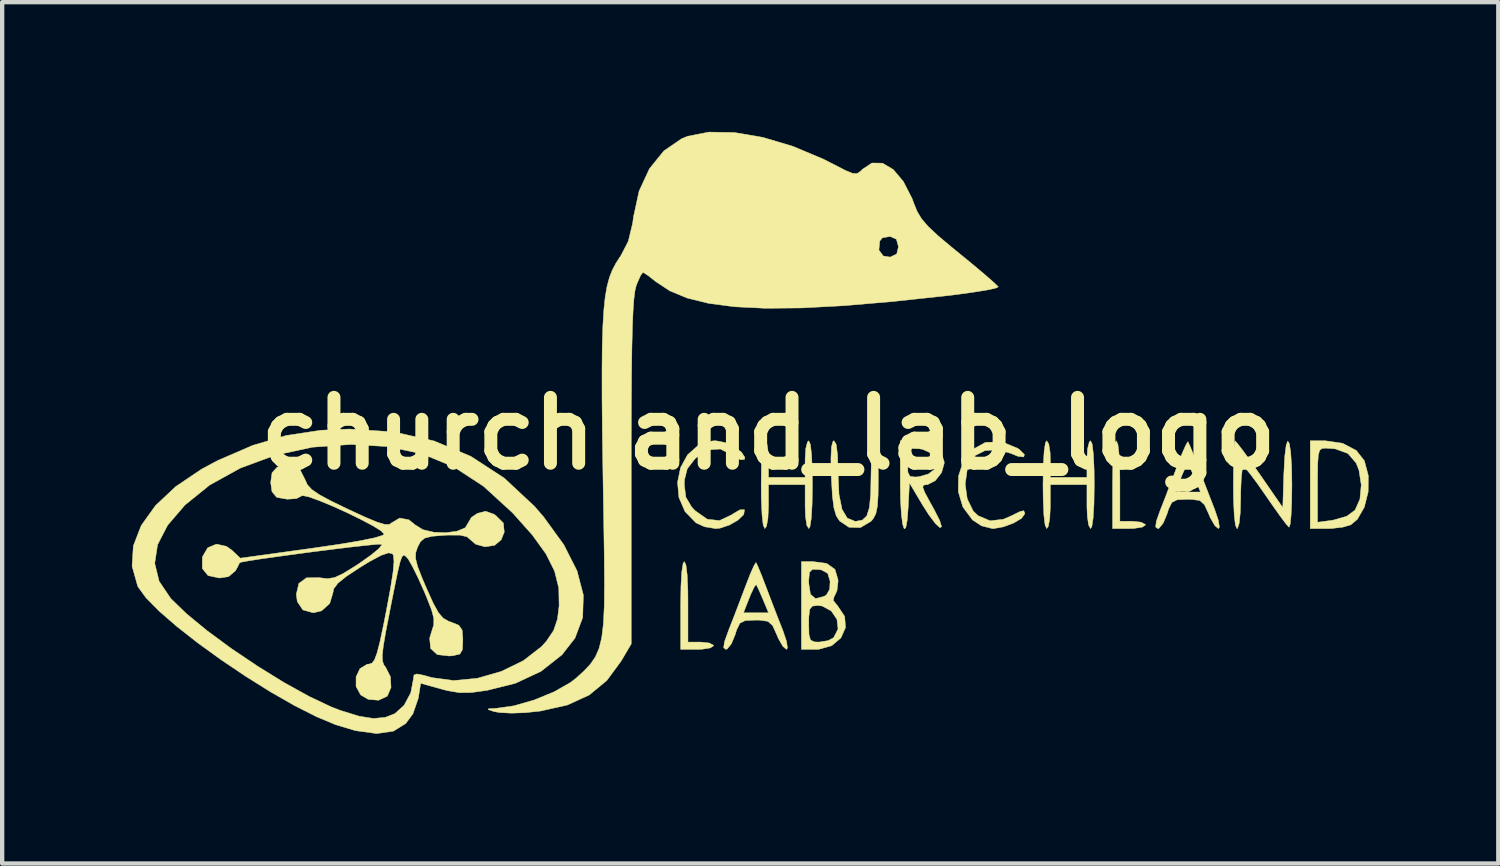
<source format=kicad_pcb>
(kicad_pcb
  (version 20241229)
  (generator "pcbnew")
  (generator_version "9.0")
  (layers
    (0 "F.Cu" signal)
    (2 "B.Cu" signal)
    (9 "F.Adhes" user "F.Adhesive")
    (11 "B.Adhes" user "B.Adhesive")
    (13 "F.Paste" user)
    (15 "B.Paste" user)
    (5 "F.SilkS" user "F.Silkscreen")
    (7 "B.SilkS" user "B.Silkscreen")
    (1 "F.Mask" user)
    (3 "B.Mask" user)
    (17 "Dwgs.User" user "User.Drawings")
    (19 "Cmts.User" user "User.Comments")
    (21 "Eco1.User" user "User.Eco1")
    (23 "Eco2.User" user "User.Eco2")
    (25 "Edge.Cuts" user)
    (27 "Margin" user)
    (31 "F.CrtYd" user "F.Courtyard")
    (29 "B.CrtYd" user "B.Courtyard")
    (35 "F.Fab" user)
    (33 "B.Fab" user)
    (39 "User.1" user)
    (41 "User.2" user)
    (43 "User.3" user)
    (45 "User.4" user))
  (footprint "churchland_lab_logo"
    (layer "F.Cu")
    (at 14.726 6.976)
    (property "Reference" "churchland_lab_logo" (at 0 0 0) (layer "F.SilkS") (effects (font (size 1.524 1.524) (thickness 0.3))))
    (attr through_hole)
    (fp_poly (pts (xy -1.909 3.044) (xy -1.881 3.273) (xy -1.865 3.627) (xy -1.863 3.895) (xy -1.863 4.826) (xy -1.566 4.826) (xy -1.37 4.847) (xy -1.273 4.9) (xy -1.27 4.911) (xy -1.346 4.961) (xy -1.537 4.991) (xy -1.651 4.995) (xy -2.032 4.995) (xy -2.032 3.979) (xy -2.025 3.533) (xy -2.006 3.203) (xy -1.976 3.009) (xy -1.947 2.963) (xy -1.909 3.044)) (stroke (width 0.01) (type solid)) (fill yes) (layer "F.SilkS"))
    (fp_poly (pts (xy 8.082 0.25) (xy 8.109 0.479) (xy 8.125 0.833) (xy 8.128 1.101) (xy 8.128 2.032) (xy 8.424 2.032) (xy 8.62 2.053) (xy 8.718 2.106) (xy 8.721 2.117) (xy 8.645 2.167) (xy 8.454 2.197) (xy 8.34 2.201) (xy 7.959 2.201) (xy 7.959 1.185) (xy 7.965 0.739) (xy 7.985 0.409) (xy 8.015 0.215) (xy 8.043 0.169) (xy 8.082 0.25)) (stroke (width 0.01) (type solid)) (fill yes) (layer "F.SilkS"))
    (fp_poly (pts (xy 0.968 0.251) (xy 0.996 0.482) (xy 1.012 0.843) (xy 1.016 1.185) (xy 1.009 1.631) (xy 0.99 1.961) (xy 0.96 2.156) (xy 0.931 2.201) (xy 0.886 2.124) (xy 0.856 1.923) (xy 0.847 1.693) (xy 0.847 1.185) (xy 0 1.185) (xy 0 1.693) (xy -0.013 1.964) (xy -0.046 2.147) (xy -0.085 2.201) (xy -0.122 2.12) (xy -0.149 1.889) (xy -0.166 1.527) (xy -0.169 1.185) (xy -0.163 0.739) (xy -0.143 0.409) (xy -0.113 0.215) (xy -0.085 0.169) (xy -0.036 0.245) (xy -0.006 0.44) (xy 0 0.593) (xy 0 1.016) (xy 0.847 1.016) (xy 0.847 0.593) (xy 0.862 0.351) (xy 0.901 0.198) (xy 0.931 0.169) (xy 0.968 0.251)) (stroke (width 0.01) (type solid)) (fill yes) (layer "F.SilkS"))
    (fp_poly (pts (xy 7.488 0.251) (xy 7.515 0.482) (xy 7.532 0.843) (xy 7.535 1.185) (xy 7.529 1.631) (xy 7.509 1.961) (xy 7.479 2.156) (xy 7.451 2.201) (xy 7.406 2.124) (xy 7.375 1.923) (xy 7.366 1.693) (xy 7.366 1.185) (xy 6.519 1.185) (xy 6.519 1.693) (xy 6.506 1.964) (xy 6.473 2.147) (xy 6.435 2.201) (xy 6.398 2.12) (xy 6.37 1.889) (xy 6.354 1.527) (xy 6.35 1.185) (xy 6.357 0.739) (xy 6.376 0.409) (xy 6.406 0.215) (xy 6.435 0.169) (xy 6.483 0.245) (xy 6.514 0.44) (xy 6.519 0.593) (xy 6.519 1.016) (xy 7.366 1.016) (xy 7.366 0.593) (xy 7.381 0.351) (xy 7.42 0.198) (xy 7.451 0.169) (xy 7.488 0.251)) (stroke (width 0.01) (type solid)) (fill yes) (layer "F.SilkS"))
    (fp_poly (pts (xy 13.28 0.228) (xy 13.597 0.394) (xy 13.784 0.633) (xy 13.875 0.977) (xy 13.871 1.352) (xy 13.782 1.705) (xy 13.621 1.986) (xy 13.467 2.114) (xy 13.283 2.168) (xy 13.018 2.199) (xy 12.917 2.201) (xy 12.531 2.201) (xy 12.531 1.196) (xy 12.7 1.196) (xy 12.7 2.054) (xy 13.059 2.006) (xy 13.376 1.915) (xy 13.567 1.774) (xy 13.68 1.521) (xy 13.711 1.189) (xy 13.658 0.849) (xy 13.592 0.684) (xy 13.403 0.464) (xy 13.107 0.356) (xy 12.89 0.34) (xy 12.804 0.347) (xy 12.749 0.39) (xy 12.718 0.5) (xy 12.704 0.707) (xy 12.7 1.041) (xy 12.7 1.196) (xy 12.531 1.196) (xy 12.531 0.169) (xy 12.874 0.169) (xy 13.28 0.228)) (stroke (width 0.01) (type solid)) (fill yes) (layer "F.SilkS"))
    (fp_poly (pts (xy 5.762 0.344) (xy 5.8 0.37) (xy 5.92 0.488) (xy 5.903 0.544) (xy 5.771 0.529) (xy 5.601 0.459) (xy 5.304 0.377) (xy 5.007 0.397) (xy 4.776 0.514) (xy 4.744 0.548) (xy 4.597 0.833) (xy 4.55 1.174) (xy 4.597 1.513) (xy 4.735 1.794) (xy 4.848 1.903) (xy 5.127 2.02) (xy 5.433 1.985) (xy 5.619 1.904) (xy 5.814 1.808) (xy 5.903 1.787) (xy 5.926 1.836) (xy 5.927 1.86) (xy 5.853 1.964) (xy 5.67 2.072) (xy 5.435 2.16) (xy 5.205 2.201) (xy 5.181 2.201) (xy 4.93 2.138) (xy 4.718 2) (xy 4.495 1.699) (xy 4.39 1.346) (xy 4.396 0.983) (xy 4.506 0.646) (xy 4.712 0.376) (xy 5.008 0.212) (xy 5.036 0.205) (xy 5.405 0.196) (xy 5.762 0.344)) (stroke (width 0.01) (type solid)) (fill yes) (layer "F.SilkS"))
    (fp_poly (pts (xy 2.495 0.25) (xy 2.523 0.475) (xy 2.538 0.821) (xy 2.54 1.016) (xy 2.536 1.416) (xy 2.519 1.683) (xy 2.483 1.857) (xy 2.422 1.973) (xy 2.371 2.032) (xy 2.125 2.178) (xy 1.863 2.171) (xy 1.646 2.026) (xy 1.567 1.905) (xy 1.514 1.724) (xy 1.478 1.448) (xy 1.455 1.041) (xy 1.453 1.01) (xy 1.444 0.579) (xy 1.457 0.306) (xy 1.493 0.18) (xy 1.514 0.169) (xy 1.566 0.253) (xy 1.598 0.501) (xy 1.609 0.911) (xy 1.609 0.912) (xy 1.631 1.41) (xy 1.701 1.755) (xy 1.822 1.958) (xy 1.999 2.031) (xy 2.02 2.032) (xy 2.17 2.005) (xy 2.272 1.908) (xy 2.334 1.715) (xy 2.364 1.401) (xy 2.371 0.999) (xy 2.379 0.611) (xy 2.402 0.332) (xy 2.437 0.185) (xy 2.455 0.169) (xy 2.495 0.25)) (stroke (width 0.01) (type solid)) (fill yes) (layer "F.SilkS"))
    (fp_poly (pts (xy -1.012 0.209) (xy -0.798 0.307) (xy -0.627 0.431) (xy -0.547 0.553) (xy -0.555 0.601) (xy -0.646 0.609) (xy -0.803 0.524) (xy -0.822 0.509) (xy -1.113 0.36) (xy -1.398 0.379) (xy -1.68 0.567) (xy -1.7 0.586) (xy -1.878 0.815) (xy -1.943 1.071) (xy -1.947 1.185) (xy -1.912 1.474) (xy -1.778 1.701) (xy -1.7 1.785) (xy -1.417 1.984) (xy -1.133 2.015) (xy -0.842 1.877) (xy -0.822 1.861) (xy -0.662 1.767) (xy -0.56 1.764) (xy -0.555 1.77) (xy -0.574 1.878) (xy -0.706 2.005) (xy -0.905 2.119) (xy -1.122 2.191) (xy -1.22 2.201) (xy -1.477 2.159) (xy -1.675 2.069) (xy -1.932 1.805) (xy -2.072 1.48) (xy -2.104 1.131) (xy -2.034 0.79) (xy -1.872 0.494) (xy -1.627 0.277) (xy -1.305 0.174) (xy -1.22 0.169) (xy -1.012 0.209)) (stroke (width 0.01) (type solid)) (fill yes) (layer "F.SilkS"))
    (fp_poly (pts (xy 10.85 0.235) (xy 10.985 0.412) (xy 11.173 0.672) (xy 11.362 0.942) (xy 11.896 1.715) (xy 11.92 0.942) (xy 11.942 0.527) (xy 11.974 0.274) (xy 12.01 0.177) (xy 12.046 0.23) (xy 12.078 0.427) (xy 12.1 0.76) (xy 12.107 1.19) (xy 12.102 1.579) (xy 12.088 1.892) (xy 12.067 2.099) (xy 12.041 2.17) (xy 12.04 2.169) (xy 11.965 2.085) (xy 11.822 1.893) (xy 11.632 1.625) (xy 11.51 1.448) (xy 11.307 1.157) (xy 11.135 0.927) (xy 11.019 0.79) (xy 10.986 0.765) (xy 10.957 0.842) (xy 10.935 1.049) (xy 10.923 1.349) (xy 10.922 1.482) (xy 10.913 1.832) (xy 10.887 2.08) (xy 10.848 2.196) (xy 10.837 2.201) (xy 10.8 2.12) (xy 10.773 1.889) (xy 10.756 1.527) (xy 10.753 1.185) (xy 10.756 0.793) (xy 10.764 0.471) (xy 10.775 0.252) (xy 10.79 0.169) (xy 10.79 0.169) (xy 10.85 0.235)) (stroke (width 0.01) (type solid)) (fill yes) (layer "F.SilkS"))
    (fp_poly (pts (xy -0.288 2.986) (xy -0.246 3.074) (xy -0.162 3.277) (xy -0.056 3.552) (xy -0.053 3.561) (xy 0.087 3.928) (xy 0.235 4.311) (xy 0.33 4.551) (xy 0.416 4.805) (xy 0.439 4.961) (xy 0.415 4.995) (xy 0.332 4.924) (xy 0.229 4.744) (xy 0.192 4.657) (xy 0.096 4.444) (xy -0.013 4.346) (xy -0.2 4.319) (xy -0.306 4.318) (xy -0.537 4.328) (xy -0.661 4.389) (xy -0.737 4.544) (xy -0.772 4.657) (xy -0.859 4.867) (xy -0.956 4.985) (xy -0.986 4.995) (xy -1.037 4.956) (xy -1.018 4.819) (xy -0.925 4.56) (xy -0.922 4.551) (xy -0.796 4.229) (xy -0.765 4.149) (xy -0.579 4.149) (xy 0.002 4.149) (xy -0.129 3.836) (xy -0.217 3.632) (xy -0.277 3.508) (xy -0.286 3.496) (xy -0.329 3.55) (xy -0.408 3.716) (xy -0.446 3.809) (xy -0.579 4.149) (xy -0.765 4.149) (xy -0.648 3.841) (xy -0.531 3.532) (xy -0.424 3.257) (xy -0.338 3.063) (xy -0.29 2.985) (xy -0.288 2.986)) (stroke (width 0.01) (type solid)) (fill yes) (layer "F.SilkS"))
    (fp_poly (pts (xy 3.759 0.225) (xy 3.977 0.388) (xy 4.063 0.652) (xy 4.064 0.692) (xy 4.004 0.906) (xy 3.859 1.091) (xy 3.682 1.183) (xy 3.655 1.185) (xy 3.586 1.195) (xy 3.569 1.244) (xy 3.614 1.363) (xy 3.731 1.581) (xy 3.825 1.749) (xy 3.961 2.016) (xy 4.003 2.158) (xy 3.967 2.18) (xy 3.864 2.087) (xy 3.711 1.886) (xy 3.558 1.645) (xy 3.26 1.143) (xy 3.234 1.672) (xy 3.209 2.004) (xy 3.176 2.179) (xy 3.14 2.208) (xy 3.104 2.104) (xy 3.074 1.877) (xy 3.054 1.54) (xy 3.048 1.185) (xy 3.048 0.677) (xy 3.217 0.677) (xy 3.225 0.898) (xy 3.273 0.993) (xy 3.396 1.008) (xy 3.484 1) (xy 3.701 0.937) (xy 3.843 0.826) (xy 3.886 0.632) (xy 3.785 0.468) (xy 3.566 0.367) (xy 3.484 0.354) (xy 3.315 0.348) (xy 3.239 0.402) (xy 3.218 0.563) (xy 3.217 0.677) (xy 3.048 0.677) (xy 3.048 0.169) (xy 3.416 0.169) (xy 3.759 0.225)) (stroke (width 0.01) (type solid)) (fill yes) (layer "F.SilkS"))
    (fp_poly (pts (xy 9.703 0.192) (xy 9.745 0.28) (xy 9.828 0.483) (xy 9.935 0.758) (xy 9.938 0.767) (xy 10.078 1.134) (xy 10.226 1.517) (xy 10.32 1.757) (xy 10.406 2.011) (xy 10.43 2.167) (xy 10.406 2.201) (xy 10.323 2.13) (xy 10.22 1.95) (xy 10.183 1.863) (xy 10.086 1.65) (xy 9.978 1.552) (xy 9.791 1.525) (xy 9.685 1.524) (xy 9.453 1.534) (xy 9.33 1.595) (xy 9.254 1.75) (xy 9.219 1.863) (xy 9.131 2.073) (xy 9.035 2.191) (xy 9.005 2.201) (xy 8.954 2.162) (xy 8.973 2.025) (xy 9.065 1.766) (xy 9.069 1.757) (xy 9.195 1.435) (xy 9.225 1.355) (xy 9.412 1.355) (xy 9.993 1.355) (xy 9.862 1.042) (xy 9.773 0.838) (xy 9.713 0.714) (xy 9.705 0.702) (xy 9.661 0.756) (xy 9.583 0.922) (xy 9.545 1.015) (xy 9.412 1.355) (xy 9.225 1.355) (xy 9.343 1.047) (xy 9.46 0.738) (xy 9.567 0.463) (xy 9.653 0.269) (xy 9.7 0.191) (xy 9.703 0.192)) (stroke (width 0.01) (type solid)) (fill yes) (layer "F.SilkS"))
    (fp_poly (pts (xy 1.346 3.007) (xy 1.537 3.143) (xy 1.608 3.384) (xy 1.609 3.427) (xy 1.584 3.638) (xy 1.525 3.766) (xy 1.518 3.772) (xy 1.499 3.864) (xy 1.602 3.992) (xy 1.763 4.234) (xy 1.781 4.492) (xy 1.675 4.729) (xy 1.464 4.908) (xy 1.165 4.993) (xy 1.101 4.995) (xy 0.762 4.995) (xy 0.762 4.403) (xy 0.931 4.403) (xy 0.937 4.653) (xy 0.972 4.778) (xy 1.059 4.821) (xy 1.168 4.826) (xy 1.38 4.792) (xy 1.507 4.724) (xy 1.609 4.522) (xy 1.583 4.299) (xy 1.452 4.106) (xy 1.242 3.992) (xy 1.137 3.979) (xy 1.015 3.994) (xy 0.954 4.067) (xy 0.933 4.24) (xy 0.931 4.403) (xy 0.762 4.403) (xy 0.762 3.466) (xy 0.931 3.466) (xy 0.97 3.718) (xy 1.086 3.82) (xy 1.28 3.771) (xy 1.34 3.736) (xy 1.415 3.604) (xy 1.425 3.42) (xy 1.369 3.234) (xy 1.223 3.157) (xy 1.164 3.148) (xy 1.016 3.144) (xy 0.949 3.208) (xy 0.932 3.383) (xy 0.931 3.466) (xy 0.762 3.466) (xy 0.762 2.963) (xy 1.022 2.963) (xy 1.346 3.007)) (stroke (width 0.01) (type solid)) (fill yes) (layer "F.SilkS"))
    (fp_poly (pts (xy -8.672 -0.036) (xy -7.737 0.173) (xy -6.886 0.529) (xy -6.112 1.033) (xy -5.412 1.687) (xy -5.202 1.93) (xy -4.734 2.575) (xy -4.428 3.179) (xy -4.282 3.741) (xy -4.298 4.259) (xy -4.475 4.732) (xy -4.777 5.12) (xy -5.266 5.505) (xy -5.856 5.78) (xy -6.511 5.943) (xy -6.872 5.993) (xy -7.15 5.996) (xy -7.427 5.949) (xy -7.571 5.911) (xy -8.045 5.78) (xy -8.101 6.128) (xy -8.225 6.486) (xy -8.39 6.709) (xy -8.677 6.887) (xy -9.063 6.942) (xy -9.555 6.874) (xy -10.008 6.739) (xy -10.453 6.553) (xy -10.965 6.294) (xy -11.519 5.977) (xy -12.091 5.619) (xy -12.658 5.238) (xy -13.197 4.848) (xy -13.682 4.468) (xy -14.09 4.114) (xy -14.398 3.803) (xy -14.581 3.551) (xy -14.591 3.532) (xy -14.721 3.072) (xy -14.717 3.004) (xy -14.197 3.004) (xy -14.095 3.42) (xy -13.825 3.819) (xy -13.824 3.82) (xy -13.463 4.17) (xy -12.984 4.564) (xy -12.424 4.976) (xy -11.819 5.383) (xy -11.207 5.761) (xy -10.626 6.083) (xy -10.11 6.327) (xy -9.914 6.403) (xy -9.473 6.54) (xy -9.136 6.593) (xy -8.86 6.566) (xy -8.641 6.48) (xy -8.429 6.288) (xy -8.274 5.998) (xy -8.213 5.675) (xy -8.213 5.669) (xy -8.2 5.588) (xy -8.134 5.563) (xy -7.975 5.594) (xy -7.784 5.648) (xy -7.285 5.716) (xy -6.734 5.663) (xy -6.179 5.504) (xy -5.669 5.255) (xy -5.251 4.931) (xy -5.136 4.804) (xy -4.97 4.557) (xy -4.881 4.293) (xy -4.843 3.986) (xy -4.851 3.576) (xy -4.948 3.185) (xy -5.147 2.786) (xy -5.461 2.351) (xy -5.903 1.855) (xy -5.933 1.824) (xy -6.592 1.222) (xy -7.275 0.776) (xy -8.008 0.473) (xy -8.818 0.303) (xy -9.656 0.254) (xy -10.548 0.318) (xy -11.411 0.504) (xy -12.214 0.8) (xy -12.927 1.194) (xy -13.496 1.654) (xy -13.898 2.122) (xy -14.131 2.572) (xy -14.197 3.004) (xy -14.717 3.004) (xy -14.692 2.601) (xy -14.509 2.129) (xy -14.18 1.669) (xy -13.713 1.23) (xy -13.114 0.826) (xy -12.744 0.628) (xy -11.931 0.276) (xy -11.155 0.047) (xy -10.353 -0.074) (xy -9.694 -0.102) (xy -8.672 -0.036)) (stroke (width 0.01) (type solid)) (fill yes) (layer "F.SilkS"))
    (fp_poly (pts (xy -0.789 -6.961) (xy -0.132 -6.849) (xy 0.564 -6.642) (xy 1.27 -6.345) (xy 1.5 -6.228) (xy 1.777 -6.085) (xy 1.946 -6.015) (xy 2.05 -6.011) (xy 2.13 -6.066) (xy 2.169 -6.107) (xy 2.393 -6.256) (xy 2.638 -6.252) (xy 2.886 -6.105) (xy 3.119 -5.829) (xy 3.321 -5.435) (xy 3.363 -5.321) (xy 3.44 -5.132) (xy 3.541 -4.964) (xy 3.691 -4.789) (xy 3.916 -4.578) (xy 4.241 -4.305) (xy 4.403 -4.173) (xy 4.731 -3.904) (xy 5.008 -3.671) (xy 5.209 -3.495) (xy 5.309 -3.399) (xy 5.316 -3.39) (xy 5.245 -3.358) (xy 5.035 -3.314) (xy 4.715 -3.263) (xy 4.313 -3.208) (xy 4.13 -3.186) (xy 2.86 -3.05) (xy 1.744 -2.955) (xy 0.772 -2.903) (xy -0.067 -2.895) (xy -0.782 -2.93) (xy -1.384 -3.009) (xy -1.882 -3.132) (xy -2.288 -3.301) (xy -2.611 -3.515) (xy -2.617 -3.52) (xy -2.786 -3.653) (xy -2.895 -3.723) (xy -2.905 -3.725) (xy -2.959 -3.654) (xy -3.038 -3.475) (xy -3.063 -3.408) (xy -3.09 -3.292) (xy -3.113 -3.107) (xy -3.132 -2.84) (xy -3.147 -2.477) (xy -3.159 -2.005) (xy -3.167 -1.413) (xy -3.172 -0.686) (xy -3.175 0.189) (xy -3.175 0.889) (xy -3.175 4.868) (xy -3.408 5.264) (xy -3.74 5.715) (xy -4.148 6.051) (xy -4.653 6.282) (xy -5.278 6.422) (xy -5.63 6.459) (xy -5.944 6.47) (xy -6.219 6.456) (xy -6.35 6.433) (xy -6.487 6.386) (xy -6.473 6.367) (xy -6.308 6.359) (xy -5.889 6.3) (xy -5.419 6.165) (xy -4.961 5.977) (xy -4.579 5.76) (xy -4.452 5.661) (xy -4.267 5.493) (xy -4.119 5.336) (xy -4.004 5.168) (xy -3.918 4.971) (xy -3.858 4.724) (xy -3.819 4.406) (xy -3.799 3.997) (xy -3.794 3.477) (xy -3.799 2.827) (xy -3.81 2.117) (xy -3.828 1.009) (xy -3.842 0.056) (xy -3.85 -0.754) (xy -3.851 -1.437) (xy -3.846 -2.005) (xy -3.832 -2.473) (xy -3.809 -2.853) (xy -3.777 -3.161) (xy -3.733 -3.409) (xy -3.678 -3.612) (xy -3.611 -3.783) (xy -3.53 -3.936) (xy -3.435 -4.084) (xy -3.413 -4.116) (xy -3.348 -4.241) (xy 2.554 -4.241) (xy 2.655 -4.105) (xy 2.815 -4.079) (xy 2.966 -4.152) (xy 3.006 -4.318) (xy 2.959 -4.492) (xy 2.815 -4.557) (xy 2.636 -4.526) (xy 2.573 -4.451) (xy 2.554 -4.241) (xy -3.348 -4.241) (xy -3.243 -4.446) (xy -3.142 -4.863) (xy -3.123 -5.008) (xy -2.993 -5.607) (xy -2.754 -6.124) (xy -2.421 -6.535) (xy -2.011 -6.817) (xy -1.87 -6.875) (xy -1.378 -6.971) (xy -0.789 -6.961)) (stroke (width 0.01) (type solid)) (fill yes) (layer "F.SilkS"))
    (fp_poly (pts (xy -10.851 0.808) (xy -10.719 1.069) (xy -10.665 1.188) (xy -10.563 1.298) (xy -10.386 1.419) (xy -10.106 1.569) (xy -9.728 1.752) (xy -9.329 1.936) (xy -9.054 2.051) (xy -8.877 2.104) (xy -8.771 2.105) (xy -8.714 2.066) (xy -8.531 1.957) (xy -8.318 1.998) (xy -8.17 2.117) (xy -7.994 2.226) (xy -7.742 2.285) (xy -7.463 2.296) (xy -7.205 2.261) (xy -7.015 2.182) (xy -6.943 2.063) (xy -6.873 1.943) (xy -6.734 1.849) (xy -6.542 1.8) (xy -6.355 1.867) (xy -6.311 1.895) (xy -6.133 2.071) (xy -6.112 2.282) (xy -6.184 2.461) (xy -6.335 2.588) (xy -6.556 2.622) (xy -6.772 2.563) (xy -6.874 2.476) (xy -6.974 2.39) (xy -7.138 2.352) (xy -7.412 2.351) (xy -7.496 2.355) (xy -7.786 2.379) (xy -7.954 2.422) (xy -8.052 2.506) (xy -8.115 2.626) (xy -8.16 2.756) (xy -8.163 2.893) (xy -8.117 3.076) (xy -8.012 3.347) (xy -7.913 3.577) (xy -7.757 3.923) (xy -7.635 4.145) (xy -7.523 4.274) (xy -7.398 4.346) (xy -7.337 4.366) (xy -7.164 4.436) (xy -7.087 4.546) (xy -7.07 4.758) (xy -7.07 4.784) (xy -7.08 5.002) (xy -7.139 5.103) (xy -7.294 5.14) (xy -7.382 5.148) (xy -7.661 5.116) (xy -7.816 4.973) (xy -7.838 4.735) (xy -7.786 4.563) (xy -7.742 4.422) (xy -7.742 4.275) (xy -7.795 4.077) (xy -7.909 3.785) (xy -7.962 3.66) (xy -8.104 3.342) (xy -8.235 3.077) (xy -8.332 2.908) (xy -8.351 2.885) (xy -8.402 2.832) (xy -8.442 2.815) (xy -8.48 2.855) (xy -8.522 2.972) (xy -8.574 3.188) (xy -8.644 3.524) (xy -8.739 4) (xy -8.765 4.135) (xy -8.854 4.592) (xy -8.909 4.914) (xy -8.933 5.129) (xy -8.928 5.266) (xy -8.896 5.356) (xy -8.854 5.411) (xy -8.745 5.627) (xy -8.731 5.875) (xy -8.816 6.073) (xy -8.822 6.079) (xy -9.019 6.171) (xy -9.258 6.151) (xy -9.434 6.048) (xy -9.54 5.852) (xy -9.54 5.63) (xy -9.45 5.44) (xy -9.285 5.339) (xy -9.236 5.334) (xy -9.17 5.313) (xy -9.112 5.234) (xy -9.053 5.074) (xy -8.985 4.809) (xy -8.901 4.414) (xy -8.841 4.107) (xy -8.744 3.586) (xy -8.685 3.211) (xy -8.663 2.963) (xy -8.676 2.822) (xy -8.697 2.784) (xy -8.788 2.762) (xy -8.958 2.819) (xy -9.229 2.964) (xy -9.434 3.089) (xy -9.76 3.303) (xy -9.959 3.463) (xy -10.056 3.592) (xy -10.075 3.686) (xy -10.149 3.933) (xy -10.338 4.103) (xy -10.53 4.149) (xy -10.77 4.082) (xy -10.9 3.889) (xy -10.922 3.719) (xy -10.863 3.468) (xy -10.687 3.34) (xy -10.395 3.335) (xy -10.363 3.34) (xy -10.194 3.359) (xy -10.035 3.332) (xy -9.843 3.243) (xy -9.572 3.076) (xy -9.452 2.997) (xy -9.194 2.814) (xy -9.015 2.667) (xy -8.943 2.577) (xy -8.952 2.562) (xy -9.053 2.564) (xy -9.288 2.587) (xy -9.624 2.624) (xy -10.03 2.673) (xy -10.475 2.729) (xy -10.928 2.789) (xy -11.358 2.848) (xy -11.734 2.901) (xy -12.024 2.946) (xy -12.197 2.978) (xy -12.233 2.99) (xy -12.269 3.066) (xy -12.328 3.175) (xy -12.489 3.312) (xy -12.7 3.344) (xy -12.963 3.288) (xy -13.097 3.123) (xy -13.095 2.861) (xy -13.092 2.851) (xy -12.971 2.644) (xy -12.77 2.56) (xy -12.538 2.611) (xy -12.411 2.702) (xy -12.217 2.885) (xy -10.553 2.655) (xy -9.923 2.563) (xy -9.436 2.481) (xy -9.099 2.411) (xy -8.919 2.354) (xy -8.89 2.327) (xy -8.961 2.253) (xy -9.151 2.136) (xy -9.424 1.991) (xy -9.743 1.835) (xy -10.074 1.685) (xy -10.38 1.558) (xy -10.624 1.469) (xy -10.773 1.437) (xy -10.799 1.445) (xy -10.92 1.507) (xy -11.129 1.521) (xy -11.351 1.483) (xy -11.381 1.473) (xy -11.485 1.345) (xy -11.515 1.132) (xy -11.483 0.908) (xy -11.363 0.778) (xy -11.296 0.744) (xy -11.045 0.696) (xy -10.851 0.808)) (stroke (width 0.01) (type solid)) (fill yes) (layer "F.SilkS")))
  (gr_rect
    (start -3 -3)
    (end 31.607 16.924)
    (stroke (width 0.1) (type default))
    (fill no)
    (layer "Edge.Cuts")))
</source>
